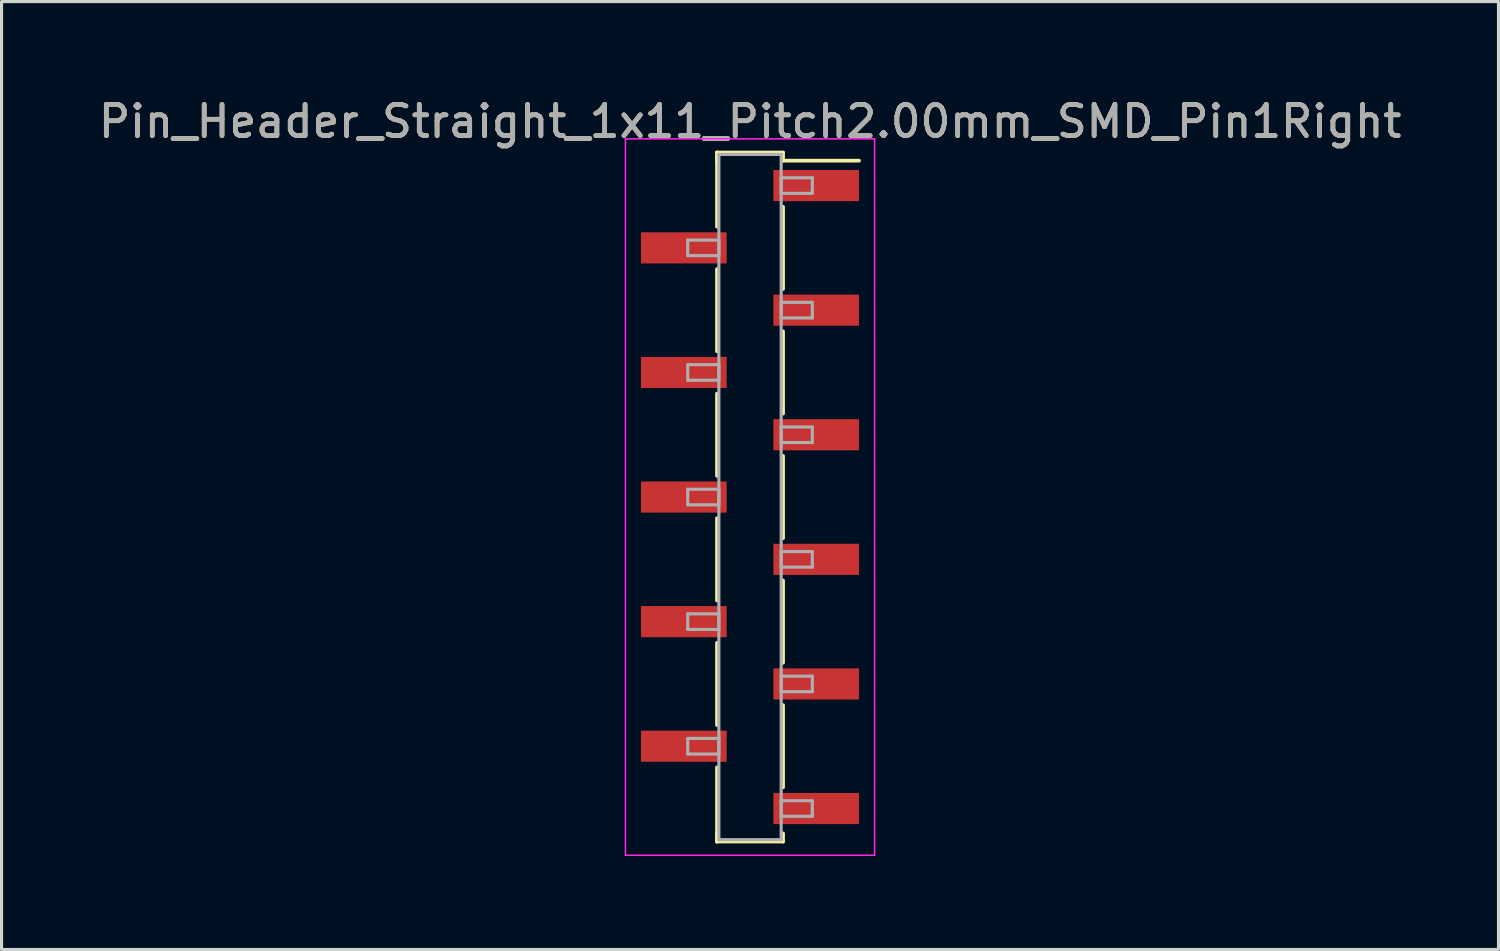
<source format=kicad_pcb>
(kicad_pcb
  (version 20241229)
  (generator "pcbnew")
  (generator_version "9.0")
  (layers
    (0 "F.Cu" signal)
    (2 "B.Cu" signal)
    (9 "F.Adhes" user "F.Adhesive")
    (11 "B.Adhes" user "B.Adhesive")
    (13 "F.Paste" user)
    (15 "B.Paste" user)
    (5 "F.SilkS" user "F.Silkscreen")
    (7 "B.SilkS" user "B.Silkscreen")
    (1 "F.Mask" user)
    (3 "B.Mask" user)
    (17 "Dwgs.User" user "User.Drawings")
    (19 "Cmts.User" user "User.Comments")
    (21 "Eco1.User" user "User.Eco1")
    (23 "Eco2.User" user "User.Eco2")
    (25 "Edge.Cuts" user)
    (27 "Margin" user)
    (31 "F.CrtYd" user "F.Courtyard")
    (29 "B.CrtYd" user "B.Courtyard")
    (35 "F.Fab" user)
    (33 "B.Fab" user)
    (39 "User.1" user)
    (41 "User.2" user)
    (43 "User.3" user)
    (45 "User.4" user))
  (footprint "Pin_Header_Straight_1x11_Pitch2.00mm_SMD_Pin1Right"
    (layer "F.Cu")
    (at 21.03 12.908)
    (property "Reference" "Pin_Header_Straight_1x11_Pitch2.00mm_SMD_Pin1Right" (at 0 -12.06 0) (layer "F.SilkS") (effects (font (size 1 1) (thickness 0.15))))
    (attr smd)
    (fp_line (start -1.06 -11.06) (end -1.06 -8.68) (stroke (width 0.12) (type solid)) (layer "F.SilkS"))
    (fp_line (start -1.06 -11.06) (end 1.06 -11.06) (stroke (width 0.12) (type solid)) (layer "F.SilkS"))
    (fp_line (start -1.06 -10.8) (end -1.06 -11.06) (stroke (width 0.12) (type solid)) (layer "F.SilkS"))
    (fp_line (start -1.06 -7.32) (end -1.06 -4.68) (stroke (width 0.12) (type solid)) (layer "F.SilkS"))
    (fp_line (start -1.06 -3.32) (end -1.06 -0.68) (stroke (width 0.12) (type solid)) (layer "F.SilkS"))
    (fp_line (start -1.06 0.68) (end -1.06 3.32) (stroke (width 0.12) (type solid)) (layer "F.SilkS"))
    (fp_line (start -1.06 4.68) (end -1.06 7.32) (stroke (width 0.12) (type solid)) (layer "F.SilkS"))
    (fp_line (start -1.06 8.68) (end -1.06 11.06) (stroke (width 0.12) (type solid)) (layer "F.SilkS"))
    (fp_line (start -1.06 10.8) (end -1.06 11.06) (stroke (width 0.12) (type solid)) (layer "F.SilkS"))
    (fp_line (start -1.06 11.06) (end 1.06 11.06) (stroke (width 0.12) (type solid)) (layer "F.SilkS"))
    (fp_line (start 1.06 -11.06) (end 1.06 -10.8) (stroke (width 0.12) (type solid)) (layer "F.SilkS"))
    (fp_line (start 1.06 -10.8) (end 3.5 -10.8) (stroke (width 0.12) (type solid)) (layer "F.SilkS"))
    (fp_line (start 1.06 -9.32) (end 1.06 -6.68) (stroke (width 0.12) (type solid)) (layer "F.SilkS"))
    (fp_line (start 1.06 -5.32) (end 1.06 -2.68) (stroke (width 0.12) (type solid)) (layer "F.SilkS"))
    (fp_line (start 1.06 -1.32) (end 1.06 1.32) (stroke (width 0.12) (type solid)) (layer "F.SilkS"))
    (fp_line (start 1.06 2.68) (end 1.06 5.32) (stroke (width 0.12) (type solid)) (layer "F.SilkS"))
    (fp_line (start 1.06 6.68) (end 1.06 9.32) (stroke (width 0.12) (type solid)) (layer "F.SilkS"))
    (fp_line (start 1.06 11.06) (end 1.06 10.8) (stroke (width 0.12) (type solid)) (layer "F.SilkS"))
    (fp_line (start -4 -11.5) (end -4 11.5) (stroke (width 0.05) (type solid)) (layer "F.CrtYd"))
    (fp_line (start -4 11.5) (end 4 11.5) (stroke (width 0.05) (type solid)) (layer "F.CrtYd"))
    (fp_line (start 4 -11.5) (end -4 -11.5) (stroke (width 0.05) (type solid)) (layer "F.CrtYd"))
    (fp_line (start 4 11.5) (end 4 -11.5) (stroke (width 0.05) (type solid)) (layer "F.CrtYd"))
    (fp_line (start -2 -8.25) (end -1 -8.25) (stroke (width 0.1) (type solid)) (layer "F.Fab"))
    (fp_line (start -2 -7.75) (end -2 -8.25) (stroke (width 0.1) (type solid)) (layer "F.Fab"))
    (fp_line (start -2 -4.25) (end -1 -4.25) (stroke (width 0.1) (type solid)) (layer "F.Fab"))
    (fp_line (start -2 -3.75) (end -2 -4.25) (stroke (width 0.1) (type solid)) (layer "F.Fab"))
    (fp_line (start -2 -0.25) (end -1 -0.25) (stroke (width 0.1) (type solid)) (layer "F.Fab"))
    (fp_line (start -2 0.25) (end -2 -0.25) (stroke (width 0.1) (type solid)) (layer "F.Fab"))
    (fp_line (start -2 3.75) (end -1 3.75) (stroke (width 0.1) (type solid)) (layer "F.Fab"))
    (fp_line (start -2 4.25) (end -2 3.75) (stroke (width 0.1) (type solid)) (layer "F.Fab"))
    (fp_line (start -2 7.75) (end -1 7.75) (stroke (width 0.1) (type solid)) (layer "F.Fab"))
    (fp_line (start -2 8.25) (end -2 7.75) (stroke (width 0.1) (type solid)) (layer "F.Fab"))
    (fp_line (start -1 -11) (end -1 11) (stroke (width 0.1) (type solid)) (layer "F.Fab"))
    (fp_line (start -1 -8.25) (end -1 -7.75) (stroke (width 0.1) (type solid)) (layer "F.Fab"))
    (fp_line (start -1 -7.75) (end -2 -7.75) (stroke (width 0.1) (type solid)) (layer "F.Fab"))
    (fp_line (start -1 -4.25) (end -1 -3.75) (stroke (width 0.1) (type solid)) (layer "F.Fab"))
    (fp_line (start -1 -3.75) (end -2 -3.75) (stroke (width 0.1) (type solid)) (layer "F.Fab"))
    (fp_line (start -1 -0.25) (end -1 0.25) (stroke (width 0.1) (type solid)) (layer "F.Fab"))
    (fp_line (start -1 0.25) (end -2 0.25) (stroke (width 0.1) (type solid)) (layer "F.Fab"))
    (fp_line (start -1 3.75) (end -1 4.25) (stroke (width 0.1) (type solid)) (layer "F.Fab"))
    (fp_line (start -1 4.25) (end -2 4.25) (stroke (width 0.1) (type solid)) (layer "F.Fab"))
    (fp_line (start -1 7.75) (end -1 8.25) (stroke (width 0.1) (type solid)) (layer "F.Fab"))
    (fp_line (start -1 8.25) (end -2 8.25) (stroke (width 0.1) (type solid)) (layer "F.Fab"))
    (fp_line (start -1 11) (end 1 11) (stroke (width 0.1) (type solid)) (layer "F.Fab"))
    (fp_line (start 1 -11) (end -1 -11) (stroke (width 0.1) (type solid)) (layer "F.Fab"))
    (fp_line (start 1 -10.25) (end 1 -9.75) (stroke (width 0.1) (type solid)) (layer "F.Fab"))
    (fp_line (start 1 -9.75) (end 2 -9.75) (stroke (width 0.1) (type solid)) (layer "F.Fab"))
    (fp_line (start 1 -6.25) (end 1 -5.75) (stroke (width 0.1) (type solid)) (layer "F.Fab"))
    (fp_line (start 1 -5.75) (end 2 -5.75) (stroke (width 0.1) (type solid)) (layer "F.Fab"))
    (fp_line (start 1 -2.25) (end 1 -1.75) (stroke (width 0.1) (type solid)) (layer "F.Fab"))
    (fp_line (start 1 -1.75) (end 2 -1.75) (stroke (width 0.1) (type solid)) (layer "F.Fab"))
    (fp_line (start 1 1.75) (end 1 2.25) (stroke (width 0.1) (type solid)) (layer "F.Fab"))
    (fp_line (start 1 2.25) (end 2 2.25) (stroke (width 0.1) (type solid)) (layer "F.Fab"))
    (fp_line (start 1 5.75) (end 1 6.25) (stroke (width 0.1) (type solid)) (layer "F.Fab"))
    (fp_line (start 1 6.25) (end 2 6.25) (stroke (width 0.1) (type solid)) (layer "F.Fab"))
    (fp_line (start 1 9.75) (end 1 10.25) (stroke (width 0.1) (type solid)) (layer "F.Fab"))
    (fp_line (start 1 10.25) (end 2 10.25) (stroke (width 0.1) (type solid)) (layer "F.Fab"))
    (fp_line (start 1 11) (end 1 -11) (stroke (width 0.1) (type solid)) (layer "F.Fab"))
    (fp_line (start 2 -10.25) (end 1 -10.25) (stroke (width 0.1) (type solid)) (layer "F.Fab"))
    (fp_line (start 2 -9.75) (end 2 -10.25) (stroke (width 0.1) (type solid)) (layer "F.Fab"))
    (fp_line (start 2 -6.25) (end 1 -6.25) (stroke (width 0.1) (type solid)) (layer "F.Fab"))
    (fp_line (start 2 -5.75) (end 2 -6.25) (stroke (width 0.1) (type solid)) (layer "F.Fab"))
    (fp_line (start 2 -2.25) (end 1 -2.25) (stroke (width 0.1) (type solid)) (layer "F.Fab"))
    (fp_line (start 2 -1.75) (end 2 -2.25) (stroke (width 0.1) (type solid)) (layer "F.Fab"))
    (fp_line (start 2 1.75) (end 1 1.75) (stroke (width 0.1) (type solid)) (layer "F.Fab"))
    (fp_line (start 2 2.25) (end 2 1.75) (stroke (width 0.1) (type solid)) (layer "F.Fab"))
    (fp_line (start 2 5.75) (end 1 5.75) (stroke (width 0.1) (type solid)) (layer "F.Fab"))
    (fp_line (start 2 6.25) (end 2 5.75) (stroke (width 0.1) (type solid)) (layer "F.Fab"))
    (fp_line (start 2 9.75) (end 1 9.75) (stroke (width 0.1) (type solid)) (layer "F.Fab"))
    (fp_line (start 2 10.25) (end 2 9.75) (stroke (width 0.1) (type solid)) (layer "F.Fab"))
    (fp_text user "${REFERENCE}" (at 0 -12.06 0) (layer "F.Fab") (effects (font (size 1 1) (thickness 0.15))))
    (pad "1" smd rect (at 2.125 -10) (size 2.75 1) (layers "F.Cu" "F.Mask" "F.Paste"))
    (pad "2" smd rect (at -2.125 -8) (size 2.75 1) (layers "F.Cu" "F.Mask" "F.Paste"))
    (pad "3" smd rect (at 2.125 -6) (size 2.75 1) (layers "F.Cu" "F.Mask" "F.Paste"))
    (pad "4" smd rect (at -2.125 -4) (size 2.75 1) (layers "F.Cu" "F.Mask" "F.Paste"))
    (pad "5" smd rect (at 2.125 -2) (size 2.75 1) (layers "F.Cu" "F.Mask" "F.Paste"))
    (pad "6" smd rect (at -2.125 0) (size 2.75 1) (layers "F.Cu" "F.Mask" "F.Paste"))
    (pad "7" smd rect (at 2.125 2) (size 2.75 1) (layers "F.Cu" "F.Mask" "F.Paste"))
    (pad "8" smd rect (at -2.125 4) (size 2.75 1) (layers "F.Cu" "F.Mask" "F.Paste"))
    (pad "9" smd rect (at 2.125 6) (size 2.75 1) (layers "F.Cu" "F.Mask" "F.Paste"))
    (pad "10" smd rect (at -2.125 8) (size 2.75 1) (layers "F.Cu" "F.Mask" "F.Paste"))
    (pad "11" smd rect (at 2.125 10) (size 2.75 1) (layers "F.Cu" "F.Mask" "F.Paste")))
  (gr_rect
    (start -3 -3)
    (end 45.06 27.433)
    (stroke (width 0.1) (type default))
    (fill no)
    (layer "Edge.Cuts")))
</source>
